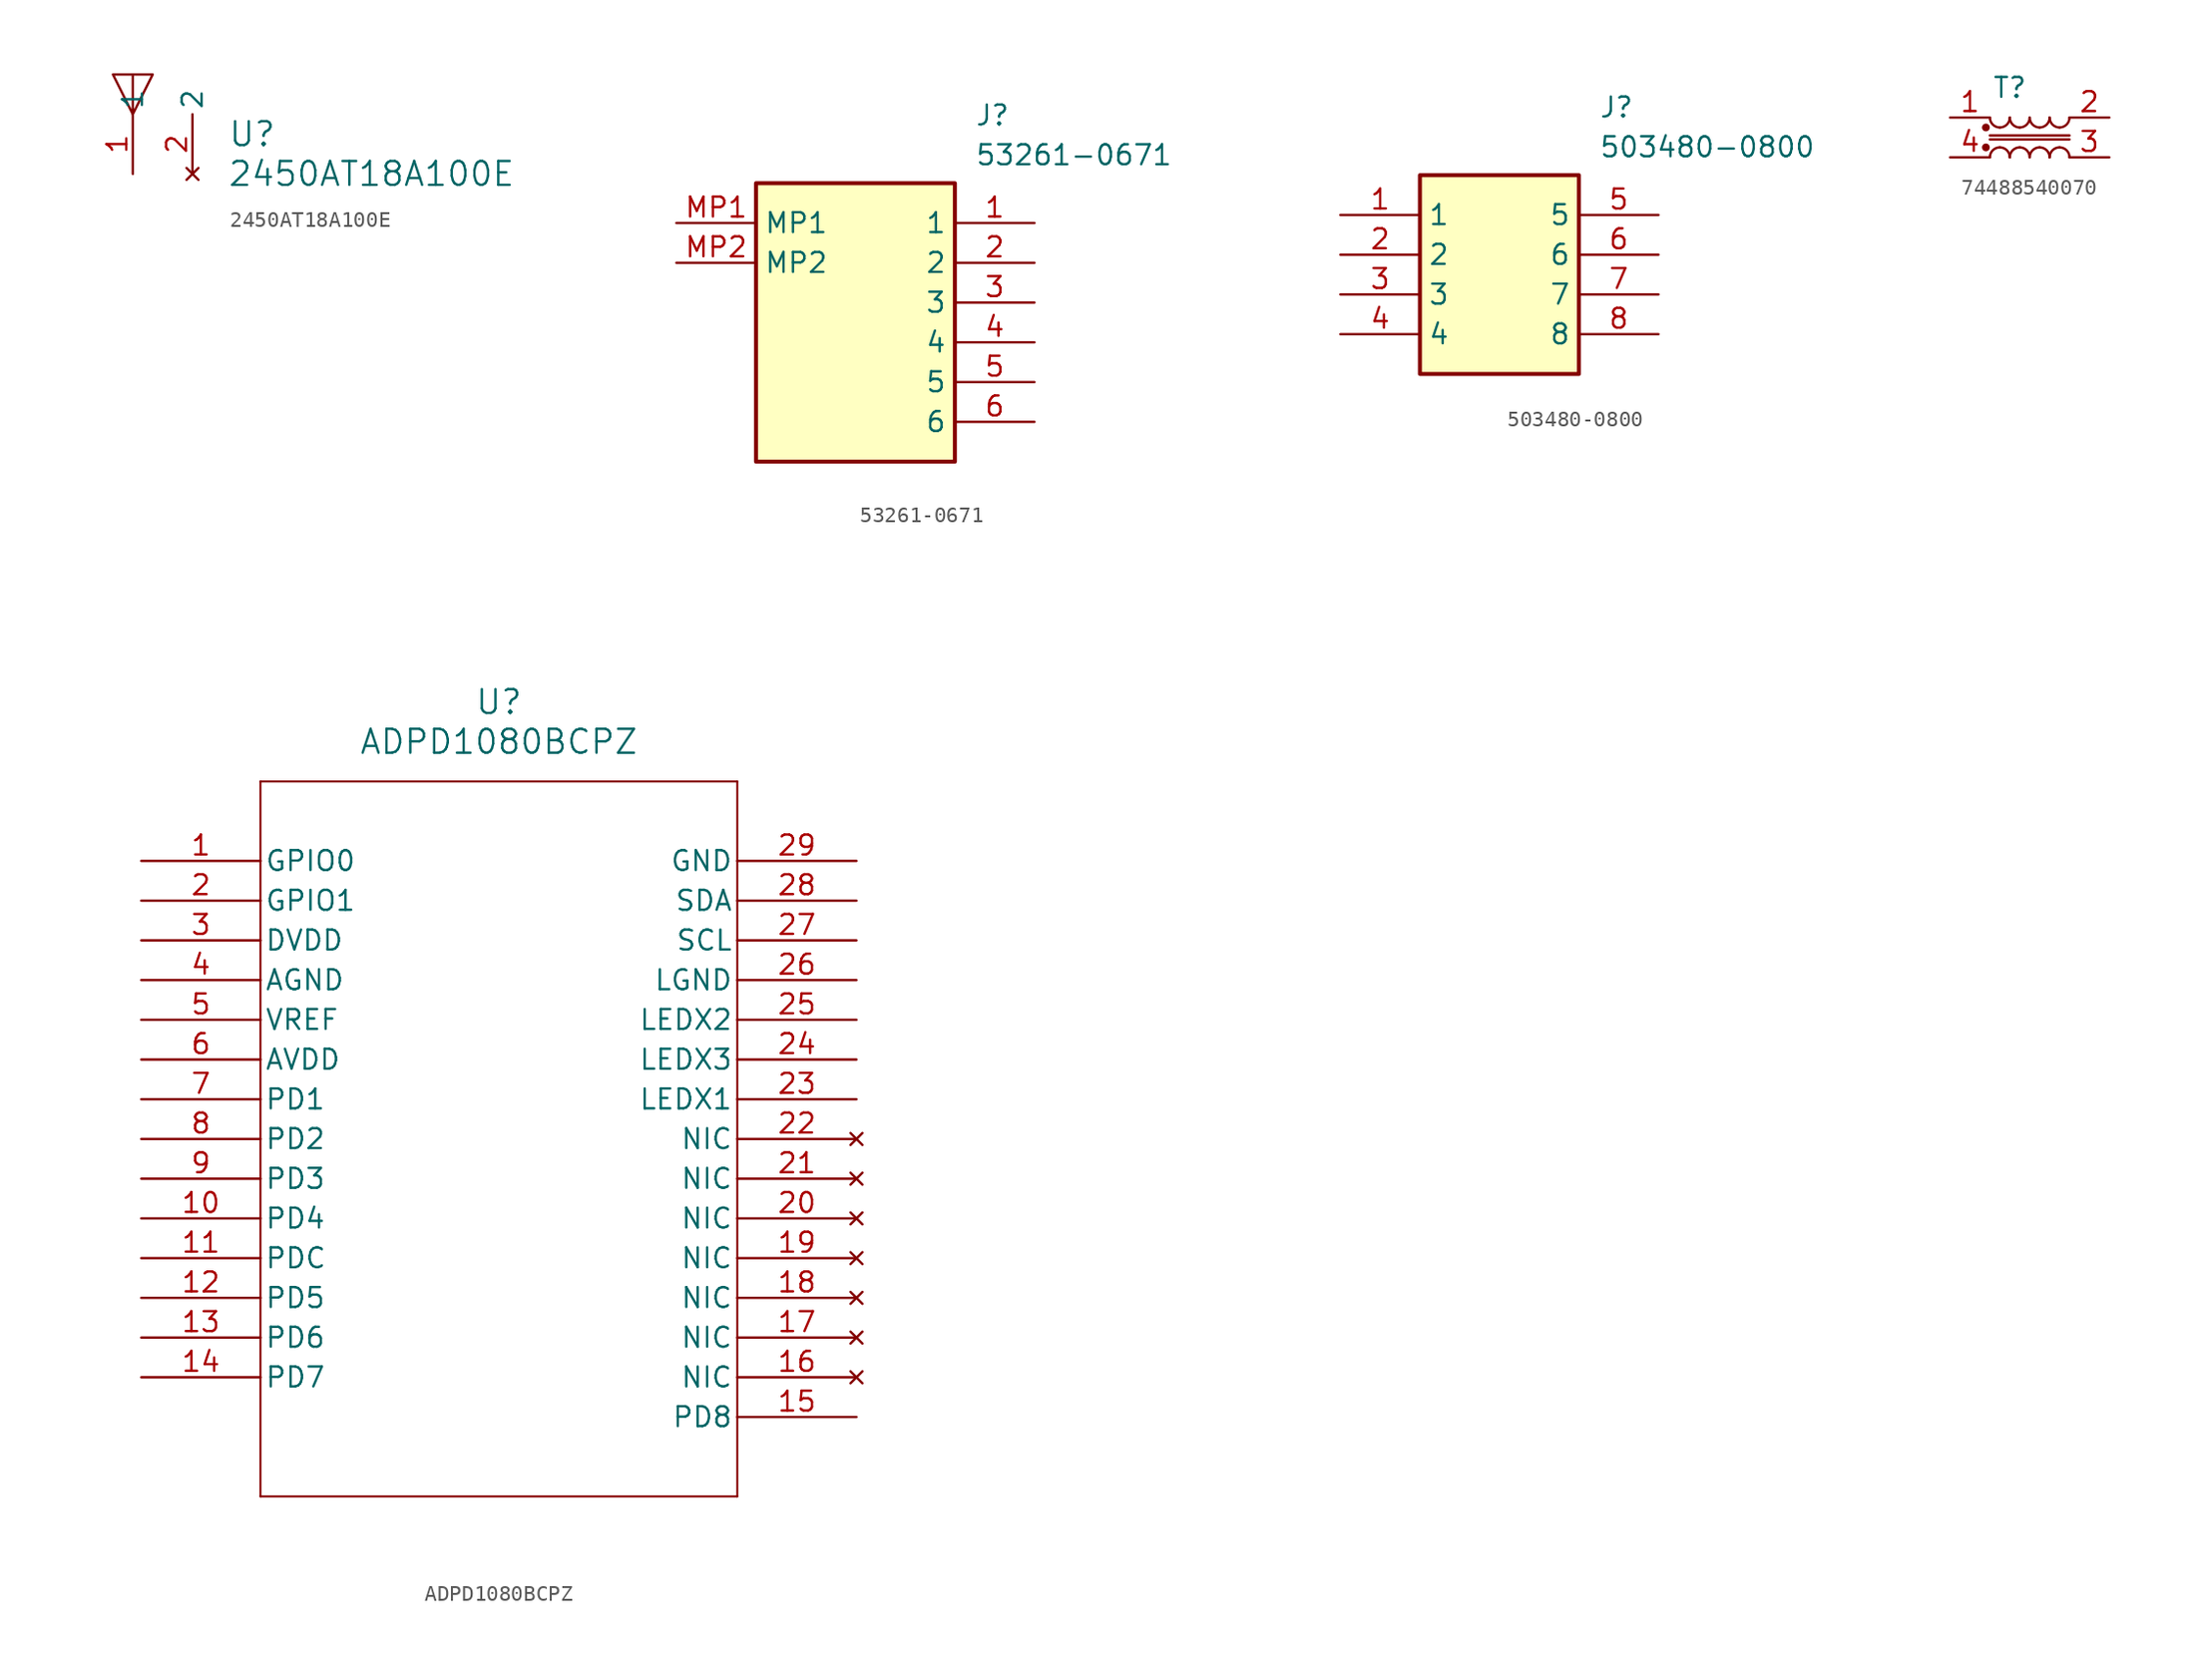
<source format=kicad_sym>
(kicad_symbol_lib
  (version 20220914)
  (generator kicad_symbol_editor)
  (symbol "2450AT18A100E"
    (pin_names
      (offset 0.254))
    (property "Reference" "U"
      (at 7.62 2.54 0)
      (effects (font (size 1.524 1.524))))
    (property "Value" "2450AT18A100E"
      (at 15.24 0 0)
      (effects (font (size 1.524 1.524))))
    (property "ki_locked" ""
      (at 0 0 0)
      (effects (font (size 1.27 1.27))))
    (symbol "2450AT18A100E_1_1"
      (polyline (pts (xy 0 3.81) (xy -1.27 6.35) (xy 1.27 6.35) (xy 0 3.81) (xy 0 6.35)) (stroke (width 0) (type default)) (fill (type none)))
      (pin unspecified line (at 0 0 90) (length 3.81) (name "1" (effects (font (size 1.27 1.27)))) (number "1" (effects (font (size 1.27 1.27)))))
      (pin no_connect line (at 3.81 0 90) (length 3.81) (name "2" (effects (font (size 1.27 1.27)))) (number "2" (effects (font (size 1.27 1.27)))))))
  (symbol "53261-0671"
    (property "Reference" "J"
      (at 19.05 7.62 0)
      (effects (font (size 1.27 1.27)) (justify left top)))
    (property "Value" "53261-0671"
      (at 19.05 5.08 0)
      (effects (font (size 1.27 1.27)) (justify left top)))
    (symbol "53261-0671_1_1"
      (rectangle (start 5.08 2.54) (end 17.78 -15.24) (stroke (width 0.254) (type default)) (fill (type background)))
      (pin passive line (at 22.86 0 180) (length 5.08) (name "1" (effects (font (size 1.27 1.27)))) (number "1" (effects (font (size 1.27 1.27)))))
      (pin passive line (at 22.86 -2.54 180) (length 5.08) (name "2" (effects (font (size 1.27 1.27)))) (number "2" (effects (font (size 1.27 1.27)))))
      (pin passive line (at 22.86 -5.08 180) (length 5.08) (name "3" (effects (font (size 1.27 1.27)))) (number "3" (effects (font (size 1.27 1.27)))))
      (pin passive line (at 22.86 -7.62 180) (length 5.08) (name "4" (effects (font (size 1.27 1.27)))) (number "4" (effects (font (size 1.27 1.27)))))
      (pin passive line (at 22.86 -10.16 180) (length 5.08) (name "5" (effects (font (size 1.27 1.27)))) (number "5" (effects (font (size 1.27 1.27)))))
      (pin passive line (at 22.86 -12.7 180) (length 5.08) (name "6" (effects (font (size 1.27 1.27)))) (number "6" (effects (font (size 1.27 1.27)))))
      (pin passive line (at 0 0 0) (length 5.08) (name "MP1" (effects (font (size 1.27 1.27)))) (number "MP1" (effects (font (size 1.27 1.27)))))
      (pin passive line (at 0 -2.54 0) (length 5.08) (name "MP2" (effects (font (size 1.27 1.27)))) (number "MP2" (effects (font (size 1.27 1.27)))))))
  (symbol "503480-0800"
    (property "Reference" "J"
      (at 16.51 7.62 0)
      (effects (font (size 1.27 1.27)) (justify left top)))
    (property "Value" "503480-0800"
      (at 16.51 5.08 0)
      (effects (font (size 1.27 1.27)) (justify left top)))
    (symbol "503480-0800_1_1"
      (rectangle (start 5.08 2.54) (end 15.24 -10.16) (stroke (width 0.254) (type default)) (fill (type background)))
      (pin passive line (at 0 0 0) (length 5.08) (name "1" (effects (font (size 1.27 1.27)))) (number "1" (effects (font (size 1.27 1.27)))))
      (pin passive line (at 0 -2.54 0) (length 5.08) (name "2" (effects (font (size 1.27 1.27)))) (number "2" (effects (font (size 1.27 1.27)))))
      (pin passive line (at 0 -5.08 0) (length 5.08) (name "3" (effects (font (size 1.27 1.27)))) (number "3" (effects (font (size 1.27 1.27)))))
      (pin passive line (at 0 -7.62 0) (length 5.08) (name "4" (effects (font (size 1.27 1.27)))) (number "4" (effects (font (size 1.27 1.27)))))
      (pin passive line (at 20.32 0 180) (length 5.08) (name "5" (effects (font (size 1.27 1.27)))) (number "5" (effects (font (size 1.27 1.27)))))
      (pin passive line (at 20.32 -2.54 180) (length 5.08) (name "6" (effects (font (size 1.27 1.27)))) (number "6" (effects (font (size 1.27 1.27)))))
      (pin passive line (at 20.32 -5.08 180) (length 5.08) (name "7" (effects (font (size 1.27 1.27)))) (number "7" (effects (font (size 1.27 1.27)))))
      (pin passive line (at 20.32 -7.62 180) (length 5.08) (name "8" (effects (font (size 1.27 1.27)))) (number "8" (effects (font (size 1.27 1.27)))))))
  (symbol "74488540070"
    (property "Reference" "T"
      (at 0 0 0)
      (effects (font (size 1.27 1.27))))
    (property "Value" ""
      (at 0 0 0)
      (effects (font (size 1.27 1.27))))
    (symbol "74488540070_0_1"
      (arc (start -1.27 -1.905) (mid -1.084 -2.354) (end -0.635 -2.54) (stroke (width 0) (type default)) (fill (type none)))
      (arc (start -0.635 -3.81) (mid -1.084 -3.996) (end -1.27 -4.445) (stroke (width 0) (type default)) (fill (type none)))
      (arc (start -0.635 -2.54) (mid -0.186 -2.354) (end 0 -1.905) (stroke (width 0) (type default)) (fill (type none)))
      (arc (start 0 -4.445) (mid -0.186 -3.996) (end -0.635 -3.81) (stroke (width 0) (type default)) (fill (type none)))
      (arc (start 0 -1.905) (mid 0.186 -2.354) (end 0.635 -2.54) (stroke (width 0) (type default)) (fill (type none)))
      (polyline (pts (xy -1.27 -3.302) (xy 3.81 -3.302)) (stroke (width 0) (type default)) (fill (type none)))
      (polyline (pts (xy -1.27 -3.048) (xy 3.81 -3.048)) (stroke (width 0) (type default)) (fill (type none)))
      (arc (start 0.635 -3.81) (mid 0.186 -3.996) (end 0 -4.445) (stroke (width 0) (type default)) (fill (type none)))
      (arc (start 0.635 -2.54) (mid 1.084 -2.354) (end 1.27 -1.905) (stroke (width 0) (type default)) (fill (type none)))
      (arc (start 1.27 -4.445) (mid 1.084 -3.996) (end 0.635 -3.81) (stroke (width 0) (type default)) (fill (type none)))
      (arc (start 1.27 -1.905) (mid 1.456 -2.354) (end 1.905 -2.54) (stroke (width 0) (type default)) (fill (type none)))
      (arc (start 1.905 -3.81) (mid 1.456 -3.996) (end 1.27 -4.445) (stroke (width 0) (type default)) (fill (type none)))
      (arc (start 1.905 -2.54) (mid 2.354 -2.354) (end 2.54 -1.905) (stroke (width 0) (type default)) (fill (type none)))
      (arc (start 2.54 -4.445) (mid 2.354 -3.996) (end 1.905 -3.81) (stroke (width 0) (type default)) (fill (type none)))
      (arc (start 2.54 -1.905) (mid 2.726 -2.354) (end 3.175 -2.54) (stroke (width 0) (type default)) (fill (type none)))
      (arc (start 3.175 -3.81) (mid 2.726 -3.996) (end 2.54 -4.445) (stroke (width 0) (type default)) (fill (type none)))
      (arc (start 3.175 -2.54) (mid 3.624 -2.354) (end 3.81 -1.905) (stroke (width 0) (type default)) (fill (type none)))
      (arc (start 3.81 -4.445) (mid 3.624 -3.996) (end 3.175 -3.81) (stroke (width 0) (type default)) (fill (type none))))
    (symbol "74488540070_1_1"
      (circle (center -1.524 -3.81) (radius 0.0001) (stroke (width 0.25) (type default)) (fill (type none)))
      (circle (center -1.524 -2.54) (radius 0.0001) (stroke (width 0.25) (type default)) (fill (type none)))
      (pin passive line (at -3.81 -1.905 0) (length 2.54) (name "" (effects (font (size 1.27 1.27)))) (number "1" (effects (font (size 1.27 1.27)))))
      (pin passive line (at 6.35 -1.905 180) (length 2.54) (name "" (effects (font (size 1.27 1.27)))) (number "2" (effects (font (size 1.27 1.27)))))
      (pin passive line (at 6.35 -4.445 180) (length 2.54) (name "" (effects (font (size 1.27 1.27)))) (number "3" (effects (font (size 1.27 1.27)))))
      (pin passive line (at -3.81 -4.445 0) (length 2.54) (name "" (effects (font (size 1.27 1.27)))) (number "4" (effects (font (size 1.27 1.27)))))))
  (symbol "ADPD1080BCPZ"
    (pin_names
      (offset 0.254))
    (property "Reference" "U"
      (at 22.86 10.16 0)
      (effects (font (size 1.524 1.524))))
    (property "Value" "ADPD1080BCPZ"
      (at 22.86 7.62 0)
      (effects (font (size 1.524 1.524))))
    (symbol "ADPD1080BCPZ_0_1"
      (polyline (pts (xy 7.62 -40.64) (xy 38.1 -40.64)) (stroke (width 0.127) (type default)) (fill (type none)))
      (polyline (pts (xy 7.62 5.08) (xy 7.62 -40.64)) (stroke (width 0.127) (type default)) (fill (type none)))
      (polyline (pts (xy 38.1 -40.64) (xy 38.1 5.08)) (stroke (width 0.127) (type default)) (fill (type none)))
      (polyline (pts (xy 38.1 5.08) (xy 7.62 5.08)) (stroke (width 0.127) (type default)) (fill (type none)))
      (pin bidirectional line (at 0 0 0) (length 7.62) (name "GPIO0" (effects (font (size 1.27 1.27)))) (number "1" (effects (font (size 1.27 1.27)))))
      (pin input line (at 0 -22.86 0) (length 7.62) (name "PD4" (effects (font (size 1.27 1.27)))) (number "10" (effects (font (size 1.27 1.27)))))
      (pin output line (at 0 -25.4 0) (length 7.62) (name "PDC" (effects (font (size 1.27 1.27)))) (number "11" (effects (font (size 1.27 1.27)))))
      (pin input line (at 0 -27.94 0) (length 7.62) (name "PD5" (effects (font (size 1.27 1.27)))) (number "12" (effects (font (size 1.27 1.27)))))
      (pin input line (at 0 -30.48 0) (length 7.62) (name "PD6" (effects (font (size 1.27 1.27)))) (number "13" (effects (font (size 1.27 1.27)))))
      (pin input line (at 0 -33.02 0) (length 7.62) (name "PD7" (effects (font (size 1.27 1.27)))) (number "14" (effects (font (size 1.27 1.27)))))
      (pin input line (at 45.72 -35.56 180) (length 7.62) (name "PD8" (effects (font (size 1.27 1.27)))) (number "15" (effects (font (size 1.27 1.27)))))
      (pin no_connect line (at 45.72 -33.02 180) (length 7.62) (name "NIC" (effects (font (size 1.27 1.27)))) (number "16" (effects (font (size 1.27 1.27)))))
      (pin no_connect line (at 45.72 -30.48 180) (length 7.62) (name "NIC" (effects (font (size 1.27 1.27)))) (number "17" (effects (font (size 1.27 1.27)))))
      (pin no_connect line (at 45.72 -27.94 180) (length 7.62) (name "NIC" (effects (font (size 1.27 1.27)))) (number "18" (effects (font (size 1.27 1.27)))))
      (pin no_connect line (at 45.72 -25.4 180) (length 7.62) (name "NIC" (effects (font (size 1.27 1.27)))) (number "19" (effects (font (size 1.27 1.27)))))
      (pin bidirectional line (at 0 -2.54 0) (length 7.62) (name "GPIO1" (effects (font (size 1.27 1.27)))) (number "2" (effects (font (size 1.27 1.27)))))
      (pin no_connect line (at 45.72 -22.86 180) (length 7.62) (name "NIC" (effects (font (size 1.27 1.27)))) (number "20" (effects (font (size 1.27 1.27)))))
      (pin no_connect line (at 45.72 -20.32 180) (length 7.62) (name "NIC" (effects (font (size 1.27 1.27)))) (number "21" (effects (font (size 1.27 1.27)))))
      (pin no_connect line (at 45.72 -17.78 180) (length 7.62) (name "NIC" (effects (font (size 1.27 1.27)))) (number "22" (effects (font (size 1.27 1.27)))))
      (pin output line (at 45.72 -15.24 180) (length 7.62) (name "LEDX1" (effects (font (size 1.27 1.27)))) (number "23" (effects (font (size 1.27 1.27)))))
      (pin output line (at 45.72 -12.7 180) (length 7.62) (name "LEDX3" (effects (font (size 1.27 1.27)))) (number "24" (effects (font (size 1.27 1.27)))))
      (pin output line (at 45.72 -10.16 180) (length 7.62) (name "LEDX2" (effects (font (size 1.27 1.27)))) (number "25" (effects (font (size 1.27 1.27)))))
      (pin power_out line (at 45.72 -7.62 180) (length 7.62) (name "LGND" (effects (font (size 1.27 1.27)))) (number "26" (effects (font (size 1.27 1.27)))))
      (pin input line (at 45.72 -5.08 180) (length 7.62) (name "SCL" (effects (font (size 1.27 1.27)))) (number "27" (effects (font (size 1.27 1.27)))))
      (pin bidirectional line (at 45.72 -2.54 180) (length 7.62) (name "SDA" (effects (font (size 1.27 1.27)))) (number "28" (effects (font (size 1.27 1.27)))))
      (pin power_out line (at 45.72 0 180) (length 7.62) (name "GND" (effects (font (size 1.27 1.27)))) (number "29" (effects (font (size 1.27 1.27)))))
      (pin power_in line (at 0 -5.08 0) (length 7.62) (name "DVDD" (effects (font (size 1.27 1.27)))) (number "3" (effects (font (size 1.27 1.27)))))
      (pin power_out line (at 0 -7.62 0) (length 7.62) (name "AGND" (effects (font (size 1.27 1.27)))) (number "4" (effects (font (size 1.27 1.27)))))
      (pin power_in line (at 0 -10.16 0) (length 7.62) (name "VREF" (effects (font (size 1.27 1.27)))) (number "5" (effects (font (size 1.27 1.27)))))
      (pin power_in line (at 0 -12.7 0) (length 7.62) (name "AVDD" (effects (font (size 1.27 1.27)))) (number "6" (effects (font (size 1.27 1.27)))))
      (pin input line (at 0 -15.24 0) (length 7.62) (name "PD1" (effects (font (size 1.27 1.27)))) (number "7" (effects (font (size 1.27 1.27)))))
      (pin input line (at 0 -17.78 0) (length 7.62) (name "PD2" (effects (font (size 1.27 1.27)))) (number "8" (effects (font (size 1.27 1.27)))))
      (pin input line (at 0 -20.32 0) (length 7.62) (name "PD3" (effects (font (size 1.27 1.27)))) (number "9" (effects (font (size 1.27 1.27))))))))
</source>
